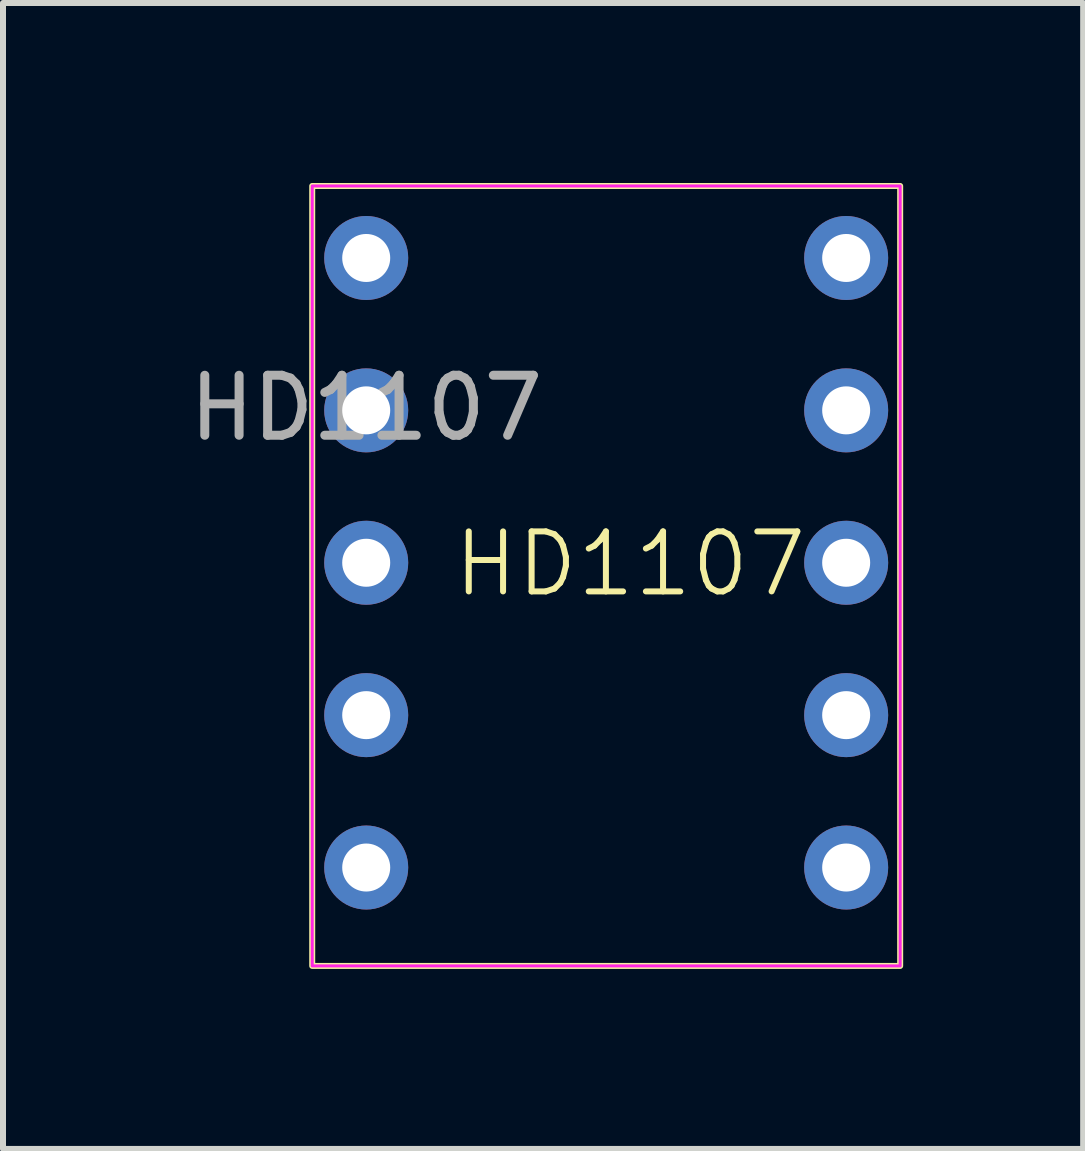
<source format=kicad_pcb>
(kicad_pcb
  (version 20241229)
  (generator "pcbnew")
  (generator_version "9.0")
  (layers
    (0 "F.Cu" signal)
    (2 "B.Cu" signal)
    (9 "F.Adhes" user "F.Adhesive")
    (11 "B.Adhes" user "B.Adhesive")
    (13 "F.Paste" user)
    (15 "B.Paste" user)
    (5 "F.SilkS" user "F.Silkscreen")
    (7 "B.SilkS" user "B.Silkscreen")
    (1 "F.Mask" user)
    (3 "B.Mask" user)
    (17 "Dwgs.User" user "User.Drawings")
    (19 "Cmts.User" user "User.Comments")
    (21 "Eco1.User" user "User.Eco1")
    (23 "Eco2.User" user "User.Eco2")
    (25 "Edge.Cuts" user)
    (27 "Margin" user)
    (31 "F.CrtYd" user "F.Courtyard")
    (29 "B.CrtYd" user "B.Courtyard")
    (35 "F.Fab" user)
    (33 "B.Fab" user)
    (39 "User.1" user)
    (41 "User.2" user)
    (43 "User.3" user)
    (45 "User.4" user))
  (footprint "HD1107"
    (layer "F.Cu")
    (at 3.054 1.25)
    (property "Reference" "HD1107" (at 4.4 5.1 0) (unlocked yes) (layer "F.SilkS") (effects (font (size 1 1) (thickness 0.1))))
    (attr through_hole)
    (fp_rect (start -0.9 -1.2) (end 8.9 11.8) (stroke (width 0.1) (type default)) (fill no) (layer "F.SilkS"))
    (fp_rect (start -0.9 -1.2) (end 8.9 11.8) (stroke (width 0.05) (type default)) (fill no) (layer "F.CrtYd"))
    (fp_text user "${REFERENCE}" (at 0 2.5 0) (unlocked yes) (layer "F.Fab") (effects (font (size 1 1) (thickness 0.15))))
    (pad "1" thru_hole circle (at 0 0) (size 1.4 1.4) (drill 0.8) (layers "*.Cu" "*.Mask"))
    (pad "2" thru_hole circle (at 0 2.54) (size 1.4 1.4) (drill 0.8) (layers "*.Cu" "*.Mask"))
    (pad "3" thru_hole circle (at 0 5.08) (size 1.4 1.4) (drill 0.8) (layers "*.Cu" "*.Mask"))
    (pad "4" thru_hole circle (at 0 7.62) (size 1.4 1.4) (drill 0.8) (layers "*.Cu" "*.Mask"))
    (pad "5" thru_hole circle (at 0 10.16) (size 1.4 1.4) (drill 0.8) (layers "*.Cu" "*.Mask"))
    (pad "6" thru_hole circle (at 8 10.16) (size 1.4 1.4) (drill 0.8) (layers "*.Cu" "*.Mask"))
    (pad "7" thru_hole circle (at 8 7.62) (size 1.4 1.4) (drill 0.8) (layers "*.Cu" "*.Mask"))
    (pad "8" thru_hole circle (at 8 5.08) (size 1.4 1.4) (drill 0.8) (layers "*.Cu" "*.Mask"))
    (pad "9" thru_hole circle (at 8 2.54) (size 1.4 1.4) (drill 0.8) (layers "*.Cu" "*.Mask"))
    (pad "10" thru_hole circle (at 8 0) (size 1.4 1.4) (drill 0.8) (layers "*.Cu" "*.Mask")))
  (gr_rect
    (start -3 -3)
    (end 15.004 16.1)
    (stroke (width 0.1) (type default))
    (fill no)
    (layer "Edge.Cuts")))
</source>
